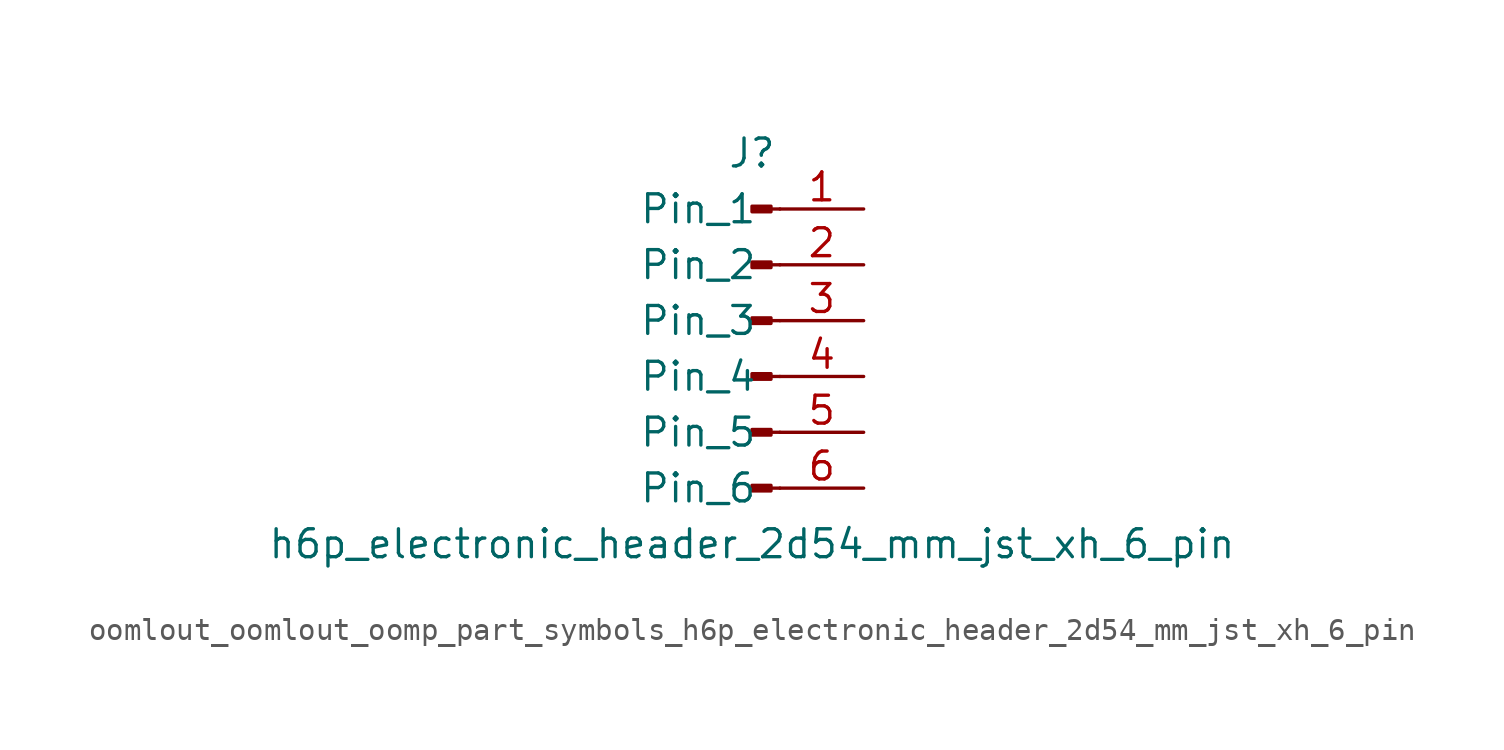
<source format=kicad_sym>
(kicad_symbol_lib
  (version 20220914)
  (generator kicad_symbol_editor)
  (symbol "oomlout_oomlout_oomp_part_symbols_h6p_electronic_header_2d54_mm_jst_xh_6_pin"
    (pin_names
      (offset 1.016))
    (property "Reference" "J"
      (at 0 7.62 0)
      (effects (font (size 1.27 1.27))))
    (property "Value" "h6p_electronic_header_2d54_mm_jst_xh_6_pin"
      (at 0 -10.16 0)
      (effects (font (size 1.27 1.27))))
    (property "ki_locked" ""
      (at 0 0 0)
      (effects (font (size 1.27 1.27))))
    (symbol "oomlout_oomlout_oomp_part_symbols_h6p_electronic_header_2d54_mm_jst_xh_6_pin_1_1"
      (polyline (pts (xy 1.27 -7.62) (xy 0.864 -7.62)) (stroke (width 0.152) (type default)) (fill (type none)))
      (polyline (pts (xy 1.27 -5.08) (xy 0.864 -5.08)) (stroke (width 0.152) (type default)) (fill (type none)))
      (polyline (pts (xy 1.27 -2.54) (xy 0.864 -2.54)) (stroke (width 0.152) (type default)) (fill (type none)))
      (polyline (pts (xy 1.27 0) (xy 0.864 0)) (stroke (width 0.152) (type default)) (fill (type none)))
      (polyline (pts (xy 1.27 2.54) (xy 0.864 2.54)) (stroke (width 0.152) (type default)) (fill (type none)))
      (polyline (pts (xy 1.27 5.08) (xy 0.864 5.08)) (stroke (width 0.152) (type default)) (fill (type none)))
      (rectangle (start 0.864 -7.493) (end 0 -7.747) (stroke (width 0.152) (type default)) (fill (type outline)))
      (rectangle (start 0.864 -4.953) (end 0 -5.207) (stroke (width 0.152) (type default)) (fill (type outline)))
      (rectangle (start 0.864 -2.413) (end 0 -2.667) (stroke (width 0.152) (type default)) (fill (type outline)))
      (rectangle (start 0.864 0.127) (end 0 -0.127) (stroke (width 0.152) (type default)) (fill (type outline)))
      (rectangle (start 0.864 2.667) (end 0 2.413) (stroke (width 0.152) (type default)) (fill (type outline)))
      (rectangle (start 0.864 5.207) (end 0 4.953) (stroke (width 0.152) (type default)) (fill (type outline)))
      (pin passive line (at 5.08 5.08 180) (length 3.81) (name "Pin_1" (effects (font (size 1.27 1.27)))) (number "1" (effects (font (size 1.27 1.27)))))
      (pin passive line (at 5.08 2.54 180) (length 3.81) (name "Pin_2" (effects (font (size 1.27 1.27)))) (number "2" (effects (font (size 1.27 1.27)))))
      (pin passive line (at 5.08 0 180) (length 3.81) (name "Pin_3" (effects (font (size 1.27 1.27)))) (number "3" (effects (font (size 1.27 1.27)))))
      (pin passive line (at 5.08 -2.54 180) (length 3.81) (name "Pin_4" (effects (font (size 1.27 1.27)))) (number "4" (effects (font (size 1.27 1.27)))))
      (pin passive line (at 5.08 -5.08 180) (length 3.81) (name "Pin_5" (effects (font (size 1.27 1.27)))) (number "5" (effects (font (size 1.27 1.27)))))
      (pin passive line (at 5.08 -7.62 180) (length 3.81) (name "Pin_6" (effects (font (size 1.27 1.27)))) (number "6" (effects (font (size 1.27 1.27))))))))
</source>
